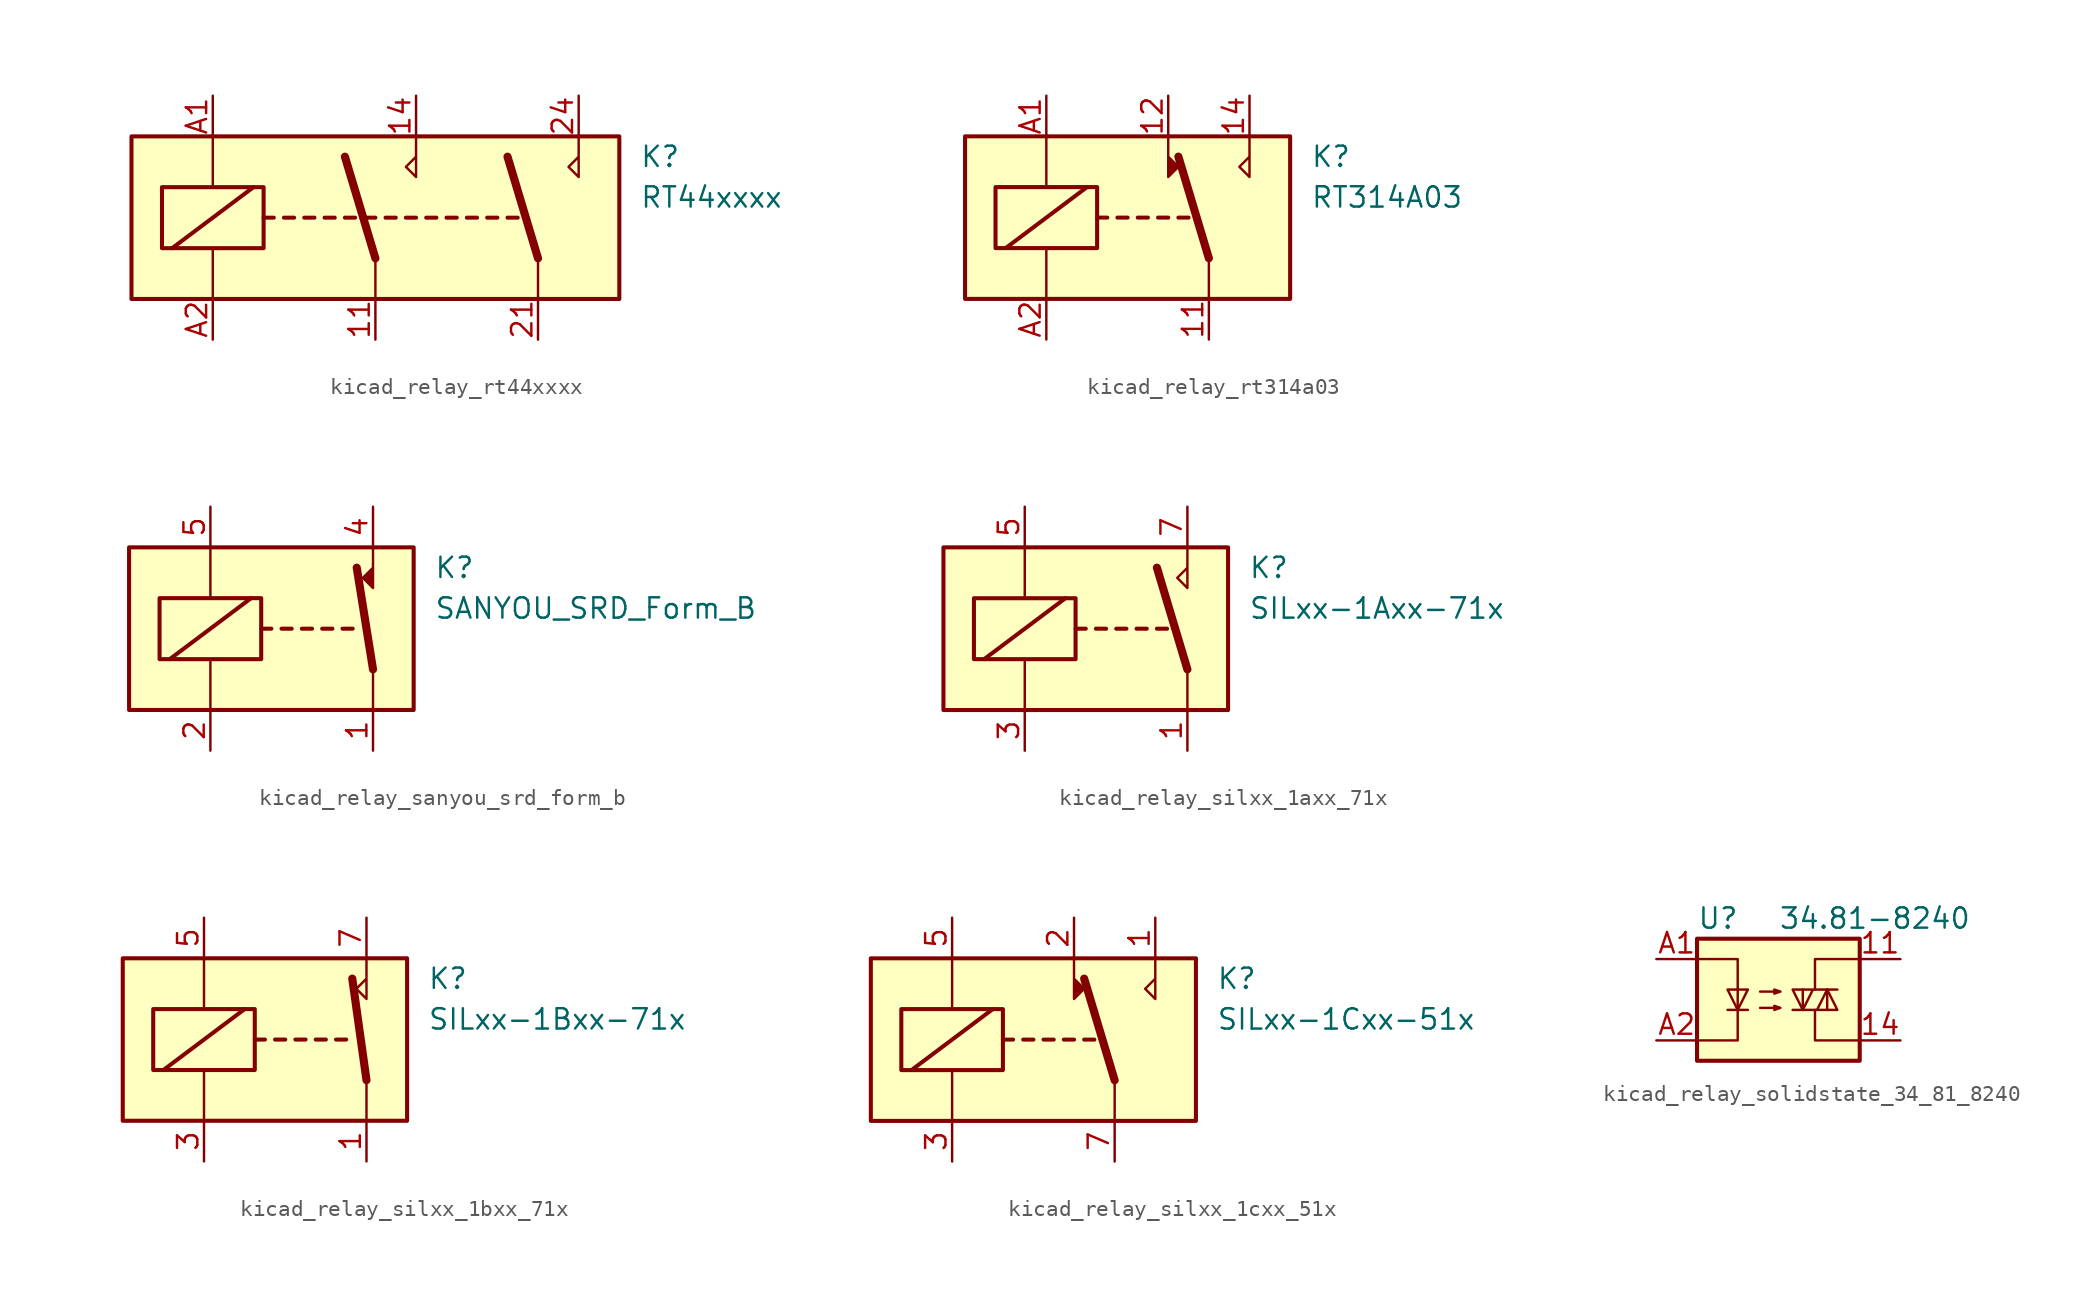
<source format=kicad_sym>
(kicad_symbol_lib
  (version 20220914)
  (generator kicad_symbol_editor)
  (symbol "kicad_relay_rt44xxxx"
    (property "Reference" "K"
      (at 16.51 3.81 0)
      (effects (font (size 1.27 1.27)) (justify left)))
    (property "Value" "RT44xxxx"
      (at 16.51 1.27 0)
      (effects (font (size 1.27 1.27)) (justify left)))
    (symbol "kicad_relay_rt44xxxx_0_1"
      (rectangle (start -15.24 5.08) (end 15.24 -5.08) (stroke (width 0.254) (type default)) (fill (type background)))
      (rectangle (start -13.335 1.905) (end -6.985 -1.905) (stroke (width 0.254) (type default)) (fill (type none)))
      (polyline (pts (xy -12.7 -1.905) (xy -7.62 1.905)) (stroke (width 0.254) (type default)) (fill (type none)))
      (polyline (pts (xy -10.16 -5.08) (xy -10.16 -1.905)) (stroke (width 0) (type default)) (fill (type none)))
      (polyline (pts (xy -10.16 5.08) (xy -10.16 1.905)) (stroke (width 0) (type default)) (fill (type none)))
      (polyline (pts (xy -6.985 0) (xy -6.35 0)) (stroke (width 0.254) (type default)) (fill (type none)))
      (polyline (pts (xy -5.715 0) (xy -5.08 0)) (stroke (width 0.254) (type default)) (fill (type none)))
      (polyline (pts (xy -4.445 0) (xy -3.81 0)) (stroke (width 0.254) (type default)) (fill (type none)))
      (polyline (pts (xy -3.175 0) (xy -2.54 0)) (stroke (width 0.254) (type default)) (fill (type none)))
      (polyline (pts (xy -1.905 0) (xy -1.27 0)) (stroke (width 0.254) (type default)) (fill (type none)))
      (polyline (pts (xy -0.635 0) (xy 0 0)) (stroke (width 0.254) (type default)) (fill (type none)))
      (polyline (pts (xy 0 -2.54) (xy -1.905 3.81)) (stroke (width 0.508) (type default)) (fill (type none)))
      (polyline (pts (xy 0 -2.54) (xy 0 -5.08)) (stroke (width 0) (type default)) (fill (type none)))
      (polyline (pts (xy 0.635 0) (xy 1.27 0)) (stroke (width 0.254) (type default)) (fill (type none)))
      (polyline (pts (xy 1.905 0) (xy 2.54 0)) (stroke (width 0.254) (type default)) (fill (type none)))
      (polyline (pts (xy 3.175 0) (xy 3.81 0)) (stroke (width 0.254) (type default)) (fill (type none)))
      (polyline (pts (xy 4.445 0) (xy 5.08 0)) (stroke (width 0.254) (type default)) (fill (type none)))
      (polyline (pts (xy 5.715 0) (xy 6.35 0)) (stroke (width 0.254) (type default)) (fill (type none)))
      (polyline (pts (xy 6.985 0) (xy 7.62 0)) (stroke (width 0.254) (type default)) (fill (type none)))
      (polyline (pts (xy 8.255 0) (xy 8.89 0)) (stroke (width 0.254) (type default)) (fill (type none)))
      (polyline (pts (xy 10.16 -2.54) (xy 8.255 3.81)) (stroke (width 0.508) (type default)) (fill (type none)))
      (polyline (pts (xy 10.16 -2.54) (xy 10.16 -5.08)) (stroke (width 0) (type default)) (fill (type none)))
      (polyline (pts (xy 2.54 5.08) (xy 2.54 2.54) (xy 1.905 3.175) (xy 2.54 3.81)) (stroke (width 0) (type default)) (fill (type none)))
      (polyline (pts (xy 12.7 5.08) (xy 12.7 2.54) (xy 12.065 3.175) (xy 12.7 3.81)) (stroke (width 0) (type default)) (fill (type none))))
    (symbol "kicad_relay_rt44xxxx_1_1"
      (pin passive line (at 0 -7.62 90) (length 2.54) (name "~" (effects (font (size 1.27 1.27)))) (number "11" (effects (font (size 1.27 1.27)))))
      (pin passive line (at 2.54 7.62 270) (length 2.54) (name "~" (effects (font (size 1.27 1.27)))) (number "14" (effects (font (size 1.27 1.27)))))
      (pin passive line (at 10.16 -7.62 90) (length 2.54) (name "~" (effects (font (size 1.27 1.27)))) (number "21" (effects (font (size 1.27 1.27)))))
      (pin passive line (at 12.7 7.62 270) (length 2.54) (name "~" (effects (font (size 1.27 1.27)))) (number "24" (effects (font (size 1.27 1.27)))))
      (pin passive line (at -10.16 7.62 270) (length 2.54) (name "~" (effects (font (size 1.27 1.27)))) (number "A1" (effects (font (size 1.27 1.27)))))
      (pin passive line (at -10.16 -7.62 90) (length 2.54) (name "~" (effects (font (size 1.27 1.27)))) (number "A2" (effects (font (size 1.27 1.27)))))))
  (symbol "kicad_relay_rt314a03"
    (property "Reference" "K"
      (at 11.43 3.81 0)
      (effects (font (size 1.27 1.27)) (justify left)))
    (property "Value" "RT314A03"
      (at 11.43 1.27 0)
      (effects (font (size 1.27 1.27)) (justify left)))
    (symbol "kicad_relay_rt314a03_0_0"
      (polyline (pts (xy -2.54 1.905) (xy -7.62 -1.905)) (stroke (width 0.254) (type default)) (fill (type none))))
    (symbol "kicad_relay_rt314a03_0_1"
      (rectangle (start -10.16 5.08) (end 10.16 -5.08) (stroke (width 0.254) (type default)) (fill (type background)))
      (rectangle (start -8.255 1.905) (end -1.905 -1.905) (stroke (width 0.254) (type default)) (fill (type none)))
      (polyline (pts (xy -5.08 -5.08) (xy -5.08 -1.905)) (stroke (width 0) (type default)) (fill (type none)))
      (polyline (pts (xy -5.08 5.08) (xy -5.08 1.905)) (stroke (width 0) (type default)) (fill (type none)))
      (polyline (pts (xy -1.905 0) (xy -1.27 0)) (stroke (width 0.254) (type default)) (fill (type none)))
      (polyline (pts (xy -0.635 0) (xy 0 0)) (stroke (width 0.254) (type default)) (fill (type none)))
      (polyline (pts (xy 0.635 0) (xy 1.27 0)) (stroke (width 0.254) (type default)) (fill (type none)))
      (polyline (pts (xy 1.905 0) (xy 2.54 0)) (stroke (width 0.254) (type default)) (fill (type none)))
      (polyline (pts (xy 3.175 0) (xy 3.81 0)) (stroke (width 0.254) (type default)) (fill (type none)))
      (polyline (pts (xy 5.08 -2.54) (xy 3.175 3.81)) (stroke (width 0.508) (type default)) (fill (type none)))
      (polyline (pts (xy 5.08 -2.54) (xy 5.08 -5.08)) (stroke (width 0) (type default)) (fill (type none)))
      (polyline (pts (xy 2.54 5.08) (xy 2.54 2.54) (xy 3.175 3.175) (xy 2.54 3.81)) (stroke (width 0) (type default)) (fill (type outline)))
      (polyline (pts (xy 7.62 5.08) (xy 7.62 2.54) (xy 6.985 3.175) (xy 7.62 3.81)) (stroke (width 0) (type default)) (fill (type none))))
    (symbol "kicad_relay_rt314a03_1_1"
      (pin passive line (at 5.08 -7.62 90) (length 2.54) (name "~" (effects (font (size 1.27 1.27)))) (number "11" (effects (font (size 1.27 1.27)))))
      (pin passive line (at 2.54 7.62 270) (length 2.54) (name "~" (effects (font (size 1.27 1.27)))) (number "12" (effects (font (size 1.27 1.27)))))
      (pin passive line (at 7.62 7.62 270) (length 2.54) (name "~" (effects (font (size 1.27 1.27)))) (number "14" (effects (font (size 1.27 1.27)))))
      (pin passive line (at -5.08 7.62 270) (length 2.54) (name "~" (effects (font (size 1.27 1.27)))) (number "A1" (effects (font (size 1.27 1.27)))))
      (pin passive line (at -5.08 -7.62 90) (length 2.54) (name "~" (effects (font (size 1.27 1.27)))) (number "A2" (effects (font (size 1.27 1.27)))))))
  (symbol "kicad_relay_sanyou_srd_form_b"
    (property "Reference" "K"
      (at 8.89 3.81 0)
      (effects (font (size 1.27 1.27)) (justify left)))
    (property "Value" "SANYOU_SRD_Form_B"
      (at 8.89 1.27 0)
      (effects (font (size 1.27 1.27)) (justify left)))
    (symbol "kicad_relay_sanyou_srd_form_b_0_1"
      (rectangle (start -10.16 5.08) (end 7.62 -5.08) (stroke (width 0.254) (type default)) (fill (type background)))
      (rectangle (start -8.255 1.905) (end -1.905 -1.905) (stroke (width 0.254) (type default)) (fill (type none)))
      (polyline (pts (xy -7.62 -1.905) (xy -2.54 1.905)) (stroke (width 0.254) (type default)) (fill (type none)))
      (polyline (pts (xy -5.08 -5.08) (xy -5.08 -1.905)) (stroke (width 0) (type default)) (fill (type none)))
      (polyline (pts (xy -5.08 5.08) (xy -5.08 1.905)) (stroke (width 0) (type default)) (fill (type none)))
      (polyline (pts (xy -1.905 0) (xy -1.27 0)) (stroke (width 0.254) (type default)) (fill (type none)))
      (polyline (pts (xy -0.635 0) (xy 0 0)) (stroke (width 0.254) (type default)) (fill (type none)))
      (polyline (pts (xy 0.635 0) (xy 1.27 0)) (stroke (width 0.254) (type default)) (fill (type none)))
      (polyline (pts (xy 1.905 0) (xy 2.54 0)) (stroke (width 0.254) (type default)) (fill (type none)))
      (polyline (pts (xy 3.175 0) (xy 3.81 0)) (stroke (width 0.254) (type default)) (fill (type none)))
      (polyline (pts (xy 5.08 -2.54) (xy 4.064 3.81)) (stroke (width 0.508) (type default)) (fill (type none)))
      (polyline (pts (xy 5.08 -2.54) (xy 5.08 -5.08)) (stroke (width 0) (type default)) (fill (type none)))
      (polyline (pts (xy 5.08 3.81) (xy 4.445 3.175) (xy 5.08 2.54) (xy 5.08 5.08)) (stroke (width 0) (type default)) (fill (type outline))))
    (symbol "kicad_relay_sanyou_srd_form_b_1_1"
      (pin passive line (at 5.08 -7.62 90) (length 2.54) (name "~" (effects (font (size 1.27 1.27)))) (number "1" (effects (font (size 1.27 1.27)))))
      (pin passive line (at -5.08 -7.62 90) (length 2.54) (name "~" (effects (font (size 1.27 1.27)))) (number "2" (effects (font (size 1.27 1.27)))))
      (pin passive line (at 5.08 7.62 270) (length 2.54) (name "~" (effects (font (size 1.27 1.27)))) (number "4" (effects (font (size 1.27 1.27)))))
      (pin passive line (at -5.08 7.62 270) (length 2.54) (name "~" (effects (font (size 1.27 1.27)))) (number "5" (effects (font (size 1.27 1.27)))))))
  (symbol "kicad_relay_silxx_1axx_71x"
    (property "Reference" "K"
      (at 8.89 3.81 0)
      (effects (font (size 1.27 1.27)) (justify left)))
    (property "Value" "SILxx-1Axx-71x"
      (at 8.89 1.27 0)
      (effects (font (size 1.27 1.27)) (justify left)))
    (symbol "kicad_relay_silxx_1axx_71x_0_0"
      (polyline (pts (xy 5.08 5.08) (xy 5.08 2.54) (xy 4.445 3.175) (xy 5.08 3.81)) (stroke (width 0) (type default)) (fill (type none))))
    (symbol "kicad_relay_silxx_1axx_71x_0_1"
      (rectangle (start -10.16 5.08) (end 7.62 -5.08) (stroke (width 0.254) (type default)) (fill (type background)))
      (rectangle (start -8.255 1.905) (end -1.905 -1.905) (stroke (width 0.254) (type default)) (fill (type none)))
      (polyline (pts (xy -7.62 -1.905) (xy -2.54 1.905)) (stroke (width 0.254) (type default)) (fill (type none)))
      (polyline (pts (xy -5.08 -5.08) (xy -5.08 -1.905)) (stroke (width 0) (type default)) (fill (type none)))
      (polyline (pts (xy -5.08 5.08) (xy -5.08 1.905)) (stroke (width 0) (type default)) (fill (type none)))
      (polyline (pts (xy -1.905 0) (xy -1.27 0)) (stroke (width 0.254) (type default)) (fill (type none)))
      (polyline (pts (xy -0.635 0) (xy 0 0)) (stroke (width 0.254) (type default)) (fill (type none)))
      (polyline (pts (xy 0.635 0) (xy 1.27 0)) (stroke (width 0.254) (type default)) (fill (type none)))
      (polyline (pts (xy 1.905 0) (xy 2.54 0)) (stroke (width 0.254) (type default)) (fill (type none)))
      (polyline (pts (xy 3.175 0) (xy 3.81 0)) (stroke (width 0.254) (type default)) (fill (type none)))
      (polyline (pts (xy 5.08 -2.54) (xy 3.175 3.81)) (stroke (width 0.508) (type default)) (fill (type none)))
      (polyline (pts (xy 5.08 -2.54) (xy 5.08 -5.08)) (stroke (width 0) (type default)) (fill (type none))))
    (symbol "kicad_relay_silxx_1axx_71x_1_1"
      (pin passive line (at 5.08 -7.62 90) (length 2.54) (name "~" (effects (font (size 1.27 1.27)))) (number "1" (effects (font (size 1.27 1.27)))))
      (pin passive line (at -5.08 -7.62 90) (length 2.54) (name "~" (effects (font (size 1.27 1.27)))) (number "3" (effects (font (size 1.27 1.27)))))
      (pin passive line (at -5.08 7.62 270) (length 2.54) (name "~" (effects (font (size 1.27 1.27)))) (number "5" (effects (font (size 1.27 1.27)))))
      (pin passive line (at 5.08 7.62 270) (length 2.54) (name "~" (effects (font (size 1.27 1.27)))) (number "7" (effects (font (size 1.27 1.27)))))))
  (symbol "kicad_relay_silxx_1bxx_71x"
    (property "Reference" "K"
      (at 8.89 3.81 0)
      (effects (font (size 1.27 1.27)) (justify left)))
    (property "Value" "SILxx-1Bxx-71x"
      (at 8.89 1.27 0)
      (effects (font (size 1.27 1.27)) (justify left)))
    (symbol "kicad_relay_silxx_1bxx_71x_0_0"
      (polyline (pts (xy 5.08 5.08) (xy 5.08 2.54) (xy 4.445 3.175) (xy 5.08 3.81)) (stroke (width 0) (type default)) (fill (type none))))
    (symbol "kicad_relay_silxx_1bxx_71x_0_1"
      (rectangle (start -10.16 5.08) (end 7.62 -5.08) (stroke (width 0.254) (type default)) (fill (type background)))
      (rectangle (start -8.255 1.905) (end -1.905 -1.905) (stroke (width 0.254) (type default)) (fill (type none)))
      (polyline (pts (xy -7.62 -1.905) (xy -2.54 1.905)) (stroke (width 0.254) (type default)) (fill (type none)))
      (polyline (pts (xy -5.08 -5.08) (xy -5.08 -1.905)) (stroke (width 0) (type default)) (fill (type none)))
      (polyline (pts (xy -5.08 5.08) (xy -5.08 1.905)) (stroke (width 0) (type default)) (fill (type none)))
      (polyline (pts (xy -1.905 0) (xy -1.27 0)) (stroke (width 0.254) (type default)) (fill (type none)))
      (polyline (pts (xy -0.635 0) (xy 0 0)) (stroke (width 0.254) (type default)) (fill (type none)))
      (polyline (pts (xy 0.635 0) (xy 1.27 0)) (stroke (width 0.254) (type default)) (fill (type none)))
      (polyline (pts (xy 1.905 0) (xy 2.54 0)) (stroke (width 0.254) (type default)) (fill (type none)))
      (polyline (pts (xy 3.175 0) (xy 3.81 0)) (stroke (width 0.254) (type default)) (fill (type none)))
      (polyline (pts (xy 5.08 -2.54) (xy 4.191 3.81)) (stroke (width 0.508) (type default)) (fill (type none)))
      (polyline (pts (xy 5.08 -2.54) (xy 5.08 -5.08)) (stroke (width 0) (type default)) (fill (type none))))
    (symbol "kicad_relay_silxx_1bxx_71x_1_1"
      (pin passive line (at 5.08 -7.62 90) (length 2.54) (name "~" (effects (font (size 1.27 1.27)))) (number "1" (effects (font (size 1.27 1.27)))))
      (pin passive line (at -5.08 -7.62 90) (length 2.54) (name "~" (effects (font (size 1.27 1.27)))) (number "3" (effects (font (size 1.27 1.27)))))
      (pin passive line (at -5.08 7.62 270) (length 2.54) (name "~" (effects (font (size 1.27 1.27)))) (number "5" (effects (font (size 1.27 1.27)))))
      (pin passive line (at 5.08 7.62 270) (length 2.54) (name "~" (effects (font (size 1.27 1.27)))) (number "7" (effects (font (size 1.27 1.27)))))))
  (symbol "kicad_relay_silxx_1cxx_51x"
    (property "Reference" "K"
      (at 11.43 3.81 0)
      (effects (font (size 1.27 1.27)) (justify left)))
    (property "Value" "SILxx-1Cxx-51x"
      (at 11.43 1.27 0)
      (effects (font (size 1.27 1.27)) (justify left)))
    (symbol "kicad_relay_silxx_1cxx_51x_0_0"
      (polyline (pts (xy 7.62 5.08) (xy 7.62 2.54) (xy 6.985 3.175) (xy 7.62 3.81)) (stroke (width 0) (type default)) (fill (type none))))
    (symbol "kicad_relay_silxx_1cxx_51x_0_1"
      (rectangle (start -10.16 5.08) (end 10.16 -5.08) (stroke (width 0.254) (type default)) (fill (type background)))
      (rectangle (start -8.255 1.905) (end -1.905 -1.905) (stroke (width 0.254) (type default)) (fill (type none)))
      (polyline (pts (xy -7.62 -1.905) (xy -2.54 1.905)) (stroke (width 0.254) (type default)) (fill (type none)))
      (polyline (pts (xy -5.08 -5.08) (xy -5.08 -1.905)) (stroke (width 0) (type default)) (fill (type none)))
      (polyline (pts (xy -5.08 5.08) (xy -5.08 1.905)) (stroke (width 0) (type default)) (fill (type none)))
      (polyline (pts (xy -1.905 0) (xy -1.27 0)) (stroke (width 0.254) (type default)) (fill (type none)))
      (polyline (pts (xy -0.635 0) (xy 0 0)) (stroke (width 0.254) (type default)) (fill (type none)))
      (polyline (pts (xy 0.635 0) (xy 1.27 0)) (stroke (width 0.254) (type default)) (fill (type none)))
      (polyline (pts (xy 1.905 0) (xy 2.54 0)) (stroke (width 0.254) (type default)) (fill (type none)))
      (polyline (pts (xy 3.175 0) (xy 3.81 0)) (stroke (width 0.254) (type default)) (fill (type none)))
      (polyline (pts (xy 5.08 -2.54) (xy 3.175 3.81)) (stroke (width 0.508) (type default)) (fill (type none)))
      (polyline (pts (xy 5.08 -2.54) (xy 5.08 -5.08)) (stroke (width 0) (type default)) (fill (type none)))
      (polyline (pts (xy 2.54 5.08) (xy 2.54 2.54) (xy 3.175 3.175) (xy 2.54 3.81)) (stroke (width 0) (type default)) (fill (type outline))))
    (symbol "kicad_relay_silxx_1cxx_51x_1_1"
      (pin passive line (at 7.62 7.62 270) (length 2.54) (name "~" (effects (font (size 1.27 1.27)))) (number "1" (effects (font (size 1.27 1.27)))))
      (pin passive line (at 2.54 7.62 270) (length 2.54) (name "~" (effects (font (size 1.27 1.27)))) (number "2" (effects (font (size 1.27 1.27)))))
      (pin passive line (at -5.08 -7.62 90) (length 2.54) (name "~" (effects (font (size 1.27 1.27)))) (number "3" (effects (font (size 1.27 1.27)))))
      (pin passive line (at -5.08 7.62 270) (length 2.54) (name "~" (effects (font (size 1.27 1.27)))) (number "5" (effects (font (size 1.27 1.27)))))
      (pin passive line (at 5.08 -7.62 90) (length 2.54) (name "~" (effects (font (size 1.27 1.27)))) (number "7" (effects (font (size 1.27 1.27)))))))
  (symbol "kicad_relay_solidstate_34_81_8240"
    (property "Reference" "U"
      (at -5.08 5.08 0)
      (effects (font (size 1.27 1.27)) (justify left)))
    (property "Value" "34.81-8240"
      (at 0 5.08 0)
      (effects (font (size 1.27 1.27)) (justify left)))
    (symbol "kicad_relay_solidstate_34_81_8240_0_1"
      (rectangle (start -5.08 3.81) (end 5.08 -3.81) (stroke (width 0.254) (type default)) (fill (type background)))
      (polyline (pts (xy -3.175 -0.635) (xy -1.905 -0.635)) (stroke (width 0) (type default)) (fill (type none)))
      (polyline (pts (xy 1.524 -0.635) (xy 1.524 0.635)) (stroke (width 0) (type default)) (fill (type none)))
      (polyline (pts (xy 3.048 0.635) (xy 3.048 -0.635)) (stroke (width 0) (type default)) (fill (type none)))
      (polyline (pts (xy 2.286 -0.635) (xy 2.286 -2.54) (xy 5.08 -2.54)) (stroke (width 0) (type default)) (fill (type none)))
      (polyline (pts (xy 2.286 0.635) (xy 2.286 2.54) (xy 5.08 2.54)) (stroke (width 0) (type default)) (fill (type none)))
      (polyline (pts (xy -5.08 2.54) (xy -2.54 2.54) (xy -2.54 -2.54) (xy -5.08 -2.54)) (stroke (width 0) (type default)) (fill (type none)))
      (polyline (pts (xy -2.54 -0.635) (xy -3.175 0.635) (xy -1.905 0.635) (xy -2.54 -0.635)) (stroke (width 0) (type default)) (fill (type none)))
      (polyline (pts (xy 0.889 -0.635) (xy 3.683 -0.635) (xy 3.048 0.635) (xy 2.413 -0.635)) (stroke (width 0) (type default)) (fill (type none)))
      (polyline (pts (xy 3.683 0.635) (xy 0.889 0.635) (xy 1.524 -0.635) (xy 2.159 0.635)) (stroke (width 0) (type default)) (fill (type none)))
      (polyline (pts (xy -1.143 -0.508) (xy 0.127 -0.508) (xy -0.254 -0.635) (xy -0.254 -0.381) (xy 0.127 -0.508)) (stroke (width 0) (type default)) (fill (type none)))
      (polyline (pts (xy -1.143 0.508) (xy 0.127 0.508) (xy -0.254 0.381) (xy -0.254 0.635) (xy 0.127 0.508)) (stroke (width 0) (type default)) (fill (type none))))
    (symbol "kicad_relay_solidstate_34_81_8240_1_1"
      (pin passive line (at 7.62 2.54 180) (length 2.54) (name "~" (effects (font (size 1.27 1.27)))) (number "11" (effects (font (size 1.27 1.27)))))
      (pin passive line (at 7.62 -2.54 180) (length 2.54) (name "~" (effects (font (size 1.27 1.27)))) (number "14" (effects (font (size 1.27 1.27)))))
      (pin passive line (at -7.62 2.54 0) (length 2.54) (name "~" (effects (font (size 1.27 1.27)))) (number "A1" (effects (font (size 1.27 1.27)))))
      (pin passive line (at -7.62 -2.54 0) (length 2.54) (name "~" (effects (font (size 1.27 1.27)))) (number "A2" (effects (font (size 1.27 1.27))))))))
</source>
